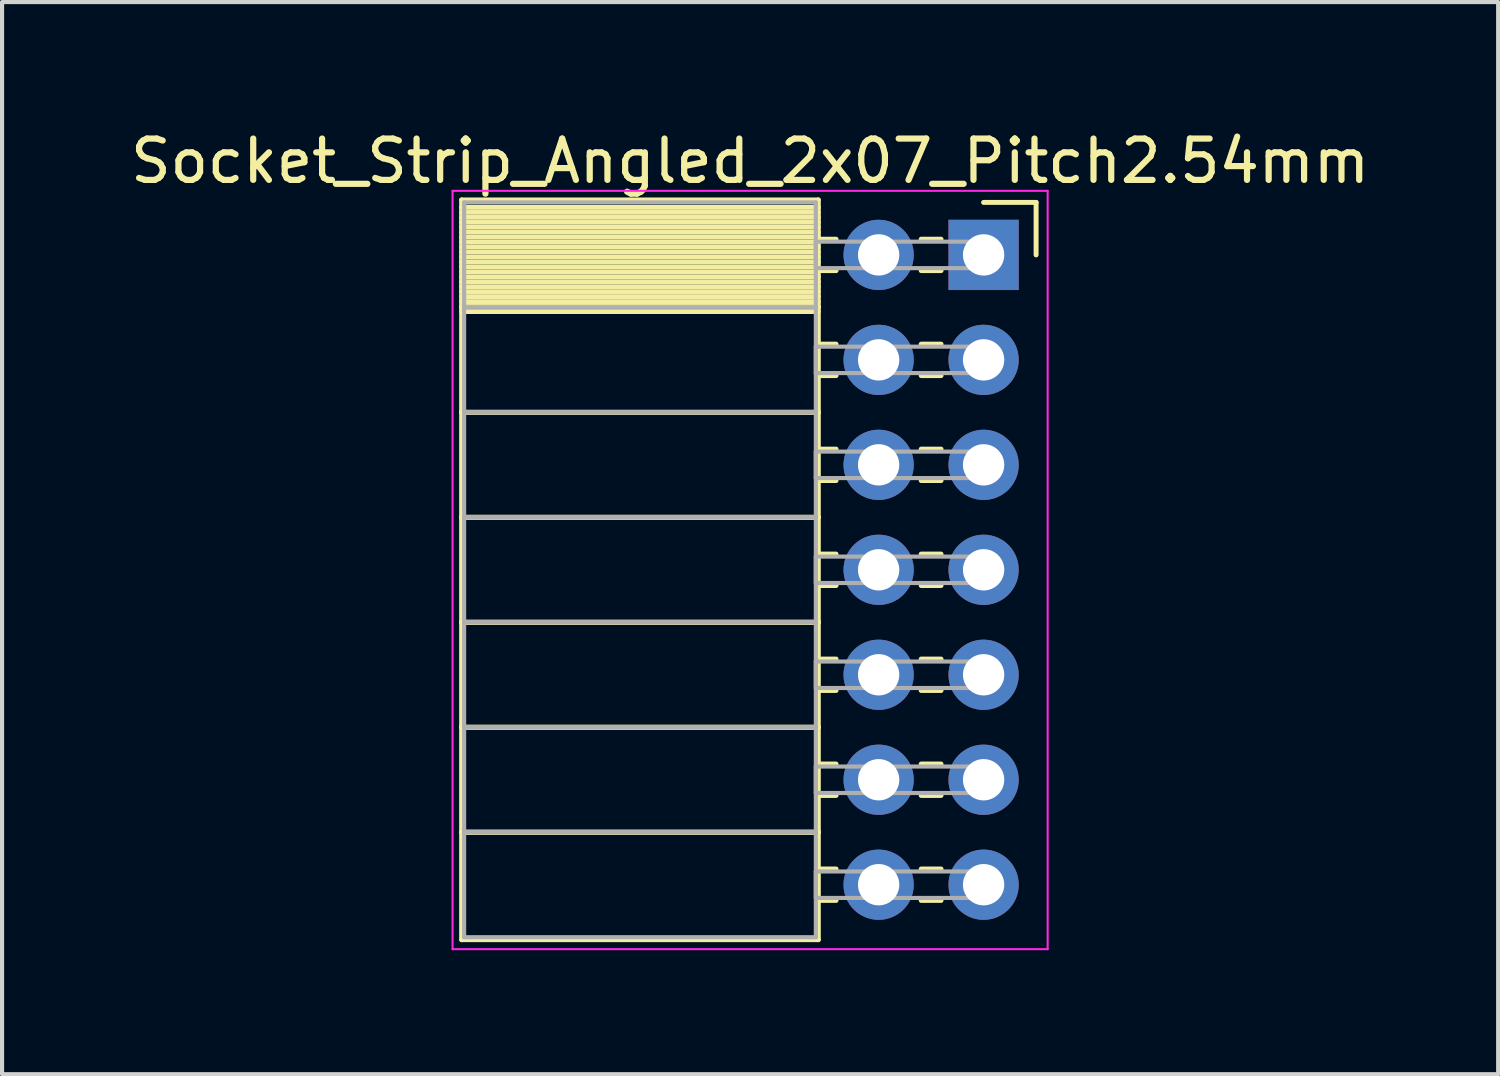
<source format=kicad_pcb>
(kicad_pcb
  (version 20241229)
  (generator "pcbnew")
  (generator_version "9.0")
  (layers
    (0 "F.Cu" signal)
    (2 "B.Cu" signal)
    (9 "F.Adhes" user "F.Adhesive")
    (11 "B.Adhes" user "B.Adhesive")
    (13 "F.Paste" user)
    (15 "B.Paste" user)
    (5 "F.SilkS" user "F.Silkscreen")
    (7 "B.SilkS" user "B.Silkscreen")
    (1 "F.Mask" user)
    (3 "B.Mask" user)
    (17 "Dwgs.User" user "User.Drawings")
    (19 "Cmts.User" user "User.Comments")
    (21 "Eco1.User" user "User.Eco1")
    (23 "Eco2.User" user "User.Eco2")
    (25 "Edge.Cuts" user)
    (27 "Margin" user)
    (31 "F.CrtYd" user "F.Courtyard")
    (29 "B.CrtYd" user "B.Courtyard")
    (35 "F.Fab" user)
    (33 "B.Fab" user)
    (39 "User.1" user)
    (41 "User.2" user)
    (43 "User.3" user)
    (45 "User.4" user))
  (footprint "Socket_Strip_Angled_2x07_Pitch2.54mm"
    (layer "F.Cu")
    (at 20.751 3.118)
    (property "Reference" "Socket_Strip_Angled_2x07_Pitch2.54mm" (at -5.65 -2.27 0) (layer "F.SilkS") (effects (font (size 1 1) (thickness 0.15))))
    (attr through_hole)
    (fp_line (start -12.63 -1.33) (end -4 -1.33) (stroke (width 0.12) (type solid)) (layer "F.SilkS"))
    (fp_line (start -12.63 1.27) (end -12.63 -1.33) (stroke (width 0.12) (type solid)) (layer "F.SilkS"))
    (fp_line (start -12.63 1.27) (end -4 1.27) (stroke (width 0.12) (type solid)) (layer "F.SilkS"))
    (fp_line (start -12.63 3.81) (end -12.63 1.27) (stroke (width 0.12) (type solid)) (layer "F.SilkS"))
    (fp_line (start -12.63 3.81) (end -4 3.81) (stroke (width 0.12) (type solid)) (layer "F.SilkS"))
    (fp_line (start -12.63 6.35) (end -12.63 3.81) (stroke (width 0.12) (type solid)) (layer "F.SilkS"))
    (fp_line (start -12.63 6.35) (end -4 6.35) (stroke (width 0.12) (type solid)) (layer "F.SilkS"))
    (fp_line (start -12.63 8.89) (end -12.63 6.35) (stroke (width 0.12) (type solid)) (layer "F.SilkS"))
    (fp_line (start -12.63 8.89) (end -4 8.89) (stroke (width 0.12) (type solid)) (layer "F.SilkS"))
    (fp_line (start -12.63 11.43) (end -12.63 8.89) (stroke (width 0.12) (type solid)) (layer "F.SilkS"))
    (fp_line (start -12.63 11.43) (end -4 11.43) (stroke (width 0.12) (type solid)) (layer "F.SilkS"))
    (fp_line (start -12.63 13.97) (end -12.63 11.43) (stroke (width 0.12) (type solid)) (layer "F.SilkS"))
    (fp_line (start -12.63 13.97) (end -4 13.97) (stroke (width 0.12) (type solid)) (layer "F.SilkS"))
    (fp_line (start -12.63 16.57) (end -12.63 13.97) (stroke (width 0.12) (type solid)) (layer "F.SilkS"))
    (fp_line (start -4 -1.33) (end -4 1.27) (stroke (width 0.12) (type solid)) (layer "F.SilkS"))
    (fp_line (start -4 -1.15) (end -12.63 -1.15) (stroke (width 0.12) (type solid)) (layer "F.SilkS"))
    (fp_line (start -4 -1.03) (end -12.63 -1.03) (stroke (width 0.12) (type solid)) (layer "F.SilkS"))
    (fp_line (start -4 -0.91) (end -12.63 -0.91) (stroke (width 0.12) (type solid)) (layer "F.SilkS"))
    (fp_line (start -4 -0.79) (end -12.63 -0.79) (stroke (width 0.12) (type solid)) (layer "F.SilkS"))
    (fp_line (start -4 -0.67) (end -12.63 -0.67) (stroke (width 0.12) (type solid)) (layer "F.SilkS"))
    (fp_line (start -4 -0.55) (end -12.63 -0.55) (stroke (width 0.12) (type solid)) (layer "F.SilkS"))
    (fp_line (start -4 -0.43) (end -12.63 -0.43) (stroke (width 0.12) (type solid)) (layer "F.SilkS"))
    (fp_line (start -4 -0.31) (end -12.63 -0.31) (stroke (width 0.12) (type solid)) (layer "F.SilkS"))
    (fp_line (start -4 -0.19) (end -12.63 -0.19) (stroke (width 0.12) (type solid)) (layer "F.SilkS"))
    (fp_line (start -4 -0.07) (end -12.63 -0.07) (stroke (width 0.12) (type solid)) (layer "F.SilkS"))
    (fp_line (start -4 0.05) (end -12.63 0.05) (stroke (width 0.12) (type solid)) (layer "F.SilkS"))
    (fp_line (start -4 0.17) (end -12.63 0.17) (stroke (width 0.12) (type solid)) (layer "F.SilkS"))
    (fp_line (start -4 0.29) (end -12.63 0.29) (stroke (width 0.12) (type solid)) (layer "F.SilkS"))
    (fp_line (start -4 0.41) (end -12.63 0.41) (stroke (width 0.12) (type solid)) (layer "F.SilkS"))
    (fp_line (start -4 0.53) (end -12.63 0.53) (stroke (width 0.12) (type solid)) (layer "F.SilkS"))
    (fp_line (start -4 0.65) (end -12.63 0.65) (stroke (width 0.12) (type solid)) (layer "F.SilkS"))
    (fp_line (start -4 0.77) (end -12.63 0.77) (stroke (width 0.12) (type solid)) (layer "F.SilkS"))
    (fp_line (start -4 0.89) (end -12.63 0.89) (stroke (width 0.12) (type solid)) (layer "F.SilkS"))
    (fp_line (start -4 1.01) (end -12.63 1.01) (stroke (width 0.12) (type solid)) (layer "F.SilkS"))
    (fp_line (start -4 1.13) (end -12.63 1.13) (stroke (width 0.12) (type solid)) (layer "F.SilkS"))
    (fp_line (start -4 1.25) (end -12.63 1.25) (stroke (width 0.12) (type solid)) (layer "F.SilkS"))
    (fp_line (start -4 1.27) (end -12.63 1.27) (stroke (width 0.12) (type solid)) (layer "F.SilkS"))
    (fp_line (start -4 1.27) (end -4 3.81) (stroke (width 0.12) (type solid)) (layer "F.SilkS"))
    (fp_line (start -4 1.37) (end -12.63 1.37) (stroke (width 0.12) (type solid)) (layer "F.SilkS"))
    (fp_line (start -4 3.81) (end -12.63 3.81) (stroke (width 0.12) (type solid)) (layer "F.SilkS"))
    (fp_line (start -4 3.81) (end -4 6.35) (stroke (width 0.12) (type solid)) (layer "F.SilkS"))
    (fp_line (start -4 6.35) (end -12.63 6.35) (stroke (width 0.12) (type solid)) (layer "F.SilkS"))
    (fp_line (start -4 6.35) (end -4 8.89) (stroke (width 0.12) (type solid)) (layer "F.SilkS"))
    (fp_line (start -4 8.89) (end -12.63 8.89) (stroke (width 0.12) (type solid)) (layer "F.SilkS"))
    (fp_line (start -4 8.89) (end -4 11.43) (stroke (width 0.12) (type solid)) (layer "F.SilkS"))
    (fp_line (start -4 11.43) (end -12.63 11.43) (stroke (width 0.12) (type solid)) (layer "F.SilkS"))
    (fp_line (start -4 11.43) (end -4 13.97) (stroke (width 0.12) (type solid)) (layer "F.SilkS"))
    (fp_line (start -4 13.97) (end -12.63 13.97) (stroke (width 0.12) (type solid)) (layer "F.SilkS"))
    (fp_line (start -4 13.97) (end -4 16.57) (stroke (width 0.12) (type solid)) (layer "F.SilkS"))
    (fp_line (start -4 16.57) (end -12.63 16.57) (stroke (width 0.12) (type solid)) (layer "F.SilkS"))
    (fp_line (start -3.57 -0.38) (end -4 -0.38) (stroke (width 0.12) (type solid)) (layer "F.SilkS"))
    (fp_line (start -3.57 0.38) (end -4 0.38) (stroke (width 0.12) (type solid)) (layer "F.SilkS"))
    (fp_line (start -3.57 2.16) (end -4 2.16) (stroke (width 0.12) (type solid)) (layer "F.SilkS"))
    (fp_line (start -3.57 2.92) (end -4 2.92) (stroke (width 0.12) (type solid)) (layer "F.SilkS"))
    (fp_line (start -3.57 4.7) (end -4 4.7) (stroke (width 0.12) (type solid)) (layer "F.SilkS"))
    (fp_line (start -3.57 5.46) (end -4 5.46) (stroke (width 0.12) (type solid)) (layer "F.SilkS"))
    (fp_line (start -3.57 7.24) (end -4 7.24) (stroke (width 0.12) (type solid)) (layer "F.SilkS"))
    (fp_line (start -3.57 8) (end -4 8) (stroke (width 0.12) (type solid)) (layer "F.SilkS"))
    (fp_line (start -3.57 9.78) (end -4 9.78) (stroke (width 0.12) (type solid)) (layer "F.SilkS"))
    (fp_line (start -3.57 10.54) (end -4 10.54) (stroke (width 0.12) (type solid)) (layer "F.SilkS"))
    (fp_line (start -3.57 12.32) (end -4 12.32) (stroke (width 0.12) (type solid)) (layer "F.SilkS"))
    (fp_line (start -3.57 13.08) (end -4 13.08) (stroke (width 0.12) (type solid)) (layer "F.SilkS"))
    (fp_line (start -3.57 14.86) (end -4 14.86) (stroke (width 0.12) (type solid)) (layer "F.SilkS"))
    (fp_line (start -3.57 15.62) (end -4 15.62) (stroke (width 0.12) (type solid)) (layer "F.SilkS"))
    (fp_line (start -1.03 -0.38) (end -1.51 -0.38) (stroke (width 0.12) (type solid)) (layer "F.SilkS"))
    (fp_line (start -1.03 0.38) (end -1.51 0.38) (stroke (width 0.12) (type solid)) (layer "F.SilkS"))
    (fp_line (start -1.03 2.16) (end -1.51 2.16) (stroke (width 0.12) (type solid)) (layer "F.SilkS"))
    (fp_line (start -1.03 2.92) (end -1.51 2.92) (stroke (width 0.12) (type solid)) (layer "F.SilkS"))
    (fp_line (start -1.03 4.7) (end -1.51 4.7) (stroke (width 0.12) (type solid)) (layer "F.SilkS"))
    (fp_line (start -1.03 5.46) (end -1.51 5.46) (stroke (width 0.12) (type solid)) (layer "F.SilkS"))
    (fp_line (start -1.03 7.24) (end -1.51 7.24) (stroke (width 0.12) (type solid)) (layer "F.SilkS"))
    (fp_line (start -1.03 8) (end -1.51 8) (stroke (width 0.12) (type solid)) (layer "F.SilkS"))
    (fp_line (start -1.03 9.78) (end -1.51 9.78) (stroke (width 0.12) (type solid)) (layer "F.SilkS"))
    (fp_line (start -1.03 10.54) (end -1.51 10.54) (stroke (width 0.12) (type solid)) (layer "F.SilkS"))
    (fp_line (start -1.03 12.32) (end -1.51 12.32) (stroke (width 0.12) (type solid)) (layer "F.SilkS"))
    (fp_line (start -1.03 13.08) (end -1.51 13.08) (stroke (width 0.12) (type solid)) (layer "F.SilkS"))
    (fp_line (start -1.03 14.86) (end -1.51 14.86) (stroke (width 0.12) (type solid)) (layer "F.SilkS"))
    (fp_line (start -1.03 15.62) (end -1.51 15.62) (stroke (width 0.12) (type solid)) (layer "F.SilkS"))
    (fp_line (start 0 -1.27) (end 1.27 -1.27) (stroke (width 0.12) (type solid)) (layer "F.SilkS"))
    (fp_line (start 1.27 -1.27) (end 1.27 0) (stroke (width 0.12) (type solid)) (layer "F.SilkS"))
    (fp_line (start -12.85 -1.55) (end 1.55 -1.55) (stroke (width 0.05) (type solid)) (layer "F.CrtYd"))
    (fp_line (start -12.85 16.8) (end -12.85 -1.55) (stroke (width 0.05) (type solid)) (layer "F.CrtYd"))
    (fp_line (start 1.55 -1.55) (end 1.55 16.8) (stroke (width 0.05) (type solid)) (layer "F.CrtYd"))
    (fp_line (start 1.55 16.8) (end -12.85 16.8) (stroke (width 0.05) (type solid)) (layer "F.CrtYd"))
    (fp_line (start -12.57 -1.27) (end -4.06 -1.27) (stroke (width 0.1) (type solid)) (layer "F.Fab"))
    (fp_line (start -12.57 1.27) (end -12.57 -1.27) (stroke (width 0.1) (type solid)) (layer "F.Fab"))
    (fp_line (start -12.57 1.27) (end -4.06 1.27) (stroke (width 0.1) (type solid)) (layer "F.Fab"))
    (fp_line (start -12.57 3.81) (end -12.57 1.27) (stroke (width 0.1) (type solid)) (layer "F.Fab"))
    (fp_line (start -12.57 3.81) (end -4.06 3.81) (stroke (width 0.1) (type solid)) (layer "F.Fab"))
    (fp_line (start -12.57 6.35) (end -12.57 3.81) (stroke (width 0.1) (type solid)) (layer "F.Fab"))
    (fp_line (start -12.57 6.35) (end -4.06 6.35) (stroke (width 0.1) (type solid)) (layer "F.Fab"))
    (fp_line (start -12.57 8.89) (end -12.57 6.35) (stroke (width 0.1) (type solid)) (layer "F.Fab"))
    (fp_line (start -12.57 8.89) (end -4.06 8.89) (stroke (width 0.1) (type solid)) (layer "F.Fab"))
    (fp_line (start -12.57 11.43) (end -12.57 8.89) (stroke (width 0.1) (type solid)) (layer "F.Fab"))
    (fp_line (start -12.57 11.43) (end -4.06 11.43) (stroke (width 0.1) (type solid)) (layer "F.Fab"))
    (fp_line (start -12.57 13.97) (end -12.57 11.43) (stroke (width 0.1) (type solid)) (layer "F.Fab"))
    (fp_line (start -12.57 13.97) (end -4.06 13.97) (stroke (width 0.1) (type solid)) (layer "F.Fab"))
    (fp_line (start -12.57 16.51) (end -12.57 13.97) (stroke (width 0.1) (type solid)) (layer "F.Fab"))
    (fp_line (start -4.06 -1.27) (end -4.06 1.27) (stroke (width 0.1) (type solid)) (layer "F.Fab"))
    (fp_line (start -4.06 -0.32) (end 0 -0.32) (stroke (width 0.1) (type solid)) (layer "F.Fab"))
    (fp_line (start -4.06 0.32) (end -4.06 -0.32) (stroke (width 0.1) (type solid)) (layer "F.Fab"))
    (fp_line (start -4.06 1.27) (end -12.57 1.27) (stroke (width 0.1) (type solid)) (layer "F.Fab"))
    (fp_line (start -4.06 1.27) (end -4.06 3.81) (stroke (width 0.1) (type solid)) (layer "F.Fab"))
    (fp_line (start -4.06 2.22) (end 0 2.22) (stroke (width 0.1) (type solid)) (layer "F.Fab"))
    (fp_line (start -4.06 2.86) (end -4.06 2.22) (stroke (width 0.1) (type solid)) (layer "F.Fab"))
    (fp_line (start -4.06 3.81) (end -12.57 3.81) (stroke (width 0.1) (type solid)) (layer "F.Fab"))
    (fp_line (start -4.06 3.81) (end -4.06 6.35) (stroke (width 0.1) (type solid)) (layer "F.Fab"))
    (fp_line (start -4.06 4.76) (end 0 4.76) (stroke (width 0.1) (type solid)) (layer "F.Fab"))
    (fp_line (start -4.06 5.4) (end -4.06 4.76) (stroke (width 0.1) (type solid)) (layer "F.Fab"))
    (fp_line (start -4.06 6.35) (end -12.57 6.35) (stroke (width 0.1) (type solid)) (layer "F.Fab"))
    (fp_line (start -4.06 6.35) (end -4.06 8.89) (stroke (width 0.1) (type solid)) (layer "F.Fab"))
    (fp_line (start -4.06 7.3) (end 0 7.3) (stroke (width 0.1) (type solid)) (layer "F.Fab"))
    (fp_line (start -4.06 7.94) (end -4.06 7.3) (stroke (width 0.1) (type solid)) (layer "F.Fab"))
    (fp_line (start -4.06 8.89) (end -12.57 8.89) (stroke (width 0.1) (type solid)) (layer "F.Fab"))
    (fp_line (start -4.06 8.89) (end -4.06 11.43) (stroke (width 0.1) (type solid)) (layer "F.Fab"))
    (fp_line (start -4.06 9.84) (end 0 9.84) (stroke (width 0.1) (type solid)) (layer "F.Fab"))
    (fp_line (start -4.06 10.48) (end -4.06 9.84) (stroke (width 0.1) (type solid)) (layer "F.Fab"))
    (fp_line (start -4.06 11.43) (end -12.57 11.43) (stroke (width 0.1) (type solid)) (layer "F.Fab"))
    (fp_line (start -4.06 11.43) (end -4.06 13.97) (stroke (width 0.1) (type solid)) (layer "F.Fab"))
    (fp_line (start -4.06 12.38) (end 0 12.38) (stroke (width 0.1) (type solid)) (layer "F.Fab"))
    (fp_line (start -4.06 13.02) (end -4.06 12.38) (stroke (width 0.1) (type solid)) (layer "F.Fab"))
    (fp_line (start -4.06 13.97) (end -12.57 13.97) (stroke (width 0.1) (type solid)) (layer "F.Fab"))
    (fp_line (start -4.06 13.97) (end -4.06 16.51) (stroke (width 0.1) (type solid)) (layer "F.Fab"))
    (fp_line (start -4.06 14.92) (end 0 14.92) (stroke (width 0.1) (type solid)) (layer "F.Fab"))
    (fp_line (start -4.06 15.56) (end -4.06 14.92) (stroke (width 0.1) (type solid)) (layer "F.Fab"))
    (fp_line (start -4.06 16.51) (end -12.57 16.51) (stroke (width 0.1) (type solid)) (layer "F.Fab"))
    (fp_line (start 0 -0.32) (end 0 0.32) (stroke (width 0.1) (type solid)) (layer "F.Fab"))
    (fp_line (start 0 0.32) (end -4.06 0.32) (stroke (width 0.1) (type solid)) (layer "F.Fab"))
    (fp_line (start 0 2.22) (end 0 2.86) (stroke (width 0.1) (type solid)) (layer "F.Fab"))
    (fp_line (start 0 2.86) (end -4.06 2.86) (stroke (width 0.1) (type solid)) (layer "F.Fab"))
    (fp_line (start 0 4.76) (end 0 5.4) (stroke (width 0.1) (type solid)) (layer "F.Fab"))
    (fp_line (start 0 5.4) (end -4.06 5.4) (stroke (width 0.1) (type solid)) (layer "F.Fab"))
    (fp_line (start 0 7.3) (end 0 7.94) (stroke (width 0.1) (type solid)) (layer "F.Fab"))
    (fp_line (start 0 7.94) (end -4.06 7.94) (stroke (width 0.1) (type solid)) (layer "F.Fab"))
    (fp_line (start 0 9.84) (end 0 10.48) (stroke (width 0.1) (type solid)) (layer "F.Fab"))
    (fp_line (start 0 10.48) (end -4.06 10.48) (stroke (width 0.1) (type solid)) (layer "F.Fab"))
    (fp_line (start 0 12.38) (end 0 13.02) (stroke (width 0.1) (type solid)) (layer "F.Fab"))
    (fp_line (start 0 13.02) (end -4.06 13.02) (stroke (width 0.1) (type solid)) (layer "F.Fab"))
    (fp_line (start 0 14.92) (end 0 15.56) (stroke (width 0.1) (type solid)) (layer "F.Fab"))
    (fp_line (start 0 15.56) (end -4.06 15.56) (stroke (width 0.1) (type solid)) (layer "F.Fab"))
    (pad "1" thru_hole rect (at 0 0) (size 1.7 1.7) (drill 1) (layers "*.Cu" "*.Mask"))
    (pad "2" thru_hole oval (at -2.54 0) (size 1.7 1.7) (drill 1) (layers "*.Cu" "*.Mask"))
    (pad "3" thru_hole oval (at 0 2.54) (size 1.7 1.7) (drill 1) (layers "*.Cu" "*.Mask"))
    (pad "4" thru_hole oval (at -2.54 2.54) (size 1.7 1.7) (drill 1) (layers "*.Cu" "*.Mask"))
    (pad "5" thru_hole oval (at 0 5.08) (size 1.7 1.7) (drill 1) (layers "*.Cu" "*.Mask"))
    (pad "6" thru_hole oval (at -2.54 5.08) (size 1.7 1.7) (drill 1) (layers "*.Cu" "*.Mask"))
    (pad "7" thru_hole oval (at 0 7.62) (size 1.7 1.7) (drill 1) (layers "*.Cu" "*.Mask"))
    (pad "8" thru_hole oval (at -2.54 7.62) (size 1.7 1.7) (drill 1) (layers "*.Cu" "*.Mask"))
    (pad "9" thru_hole oval (at 0 10.16) (size 1.7 1.7) (drill 1) (layers "*.Cu" "*.Mask"))
    (pad "10" thru_hole oval (at -2.54 10.16) (size 1.7 1.7) (drill 1) (layers "*.Cu" "*.Mask"))
    (pad "11" thru_hole oval (at 0 12.7) (size 1.7 1.7) (drill 1) (layers "*.Cu" "*.Mask"))
    (pad "12" thru_hole oval (at -2.54 12.7) (size 1.7 1.7) (drill 1) (layers "*.Cu" "*.Mask"))
    (pad "13" thru_hole oval (at 0 15.24) (size 1.7 1.7) (drill 1) (layers "*.Cu" "*.Mask"))
    (pad "14" thru_hole oval (at -2.54 15.24) (size 1.7 1.7) (drill 1) (layers "*.Cu" "*.Mask")))
  (gr_rect
    (start -3 -3)
    (end 33.202 22.943)
    (stroke (width 0.1) (type default))
    (fill no)
    (layer "Edge.Cuts")))
</source>
